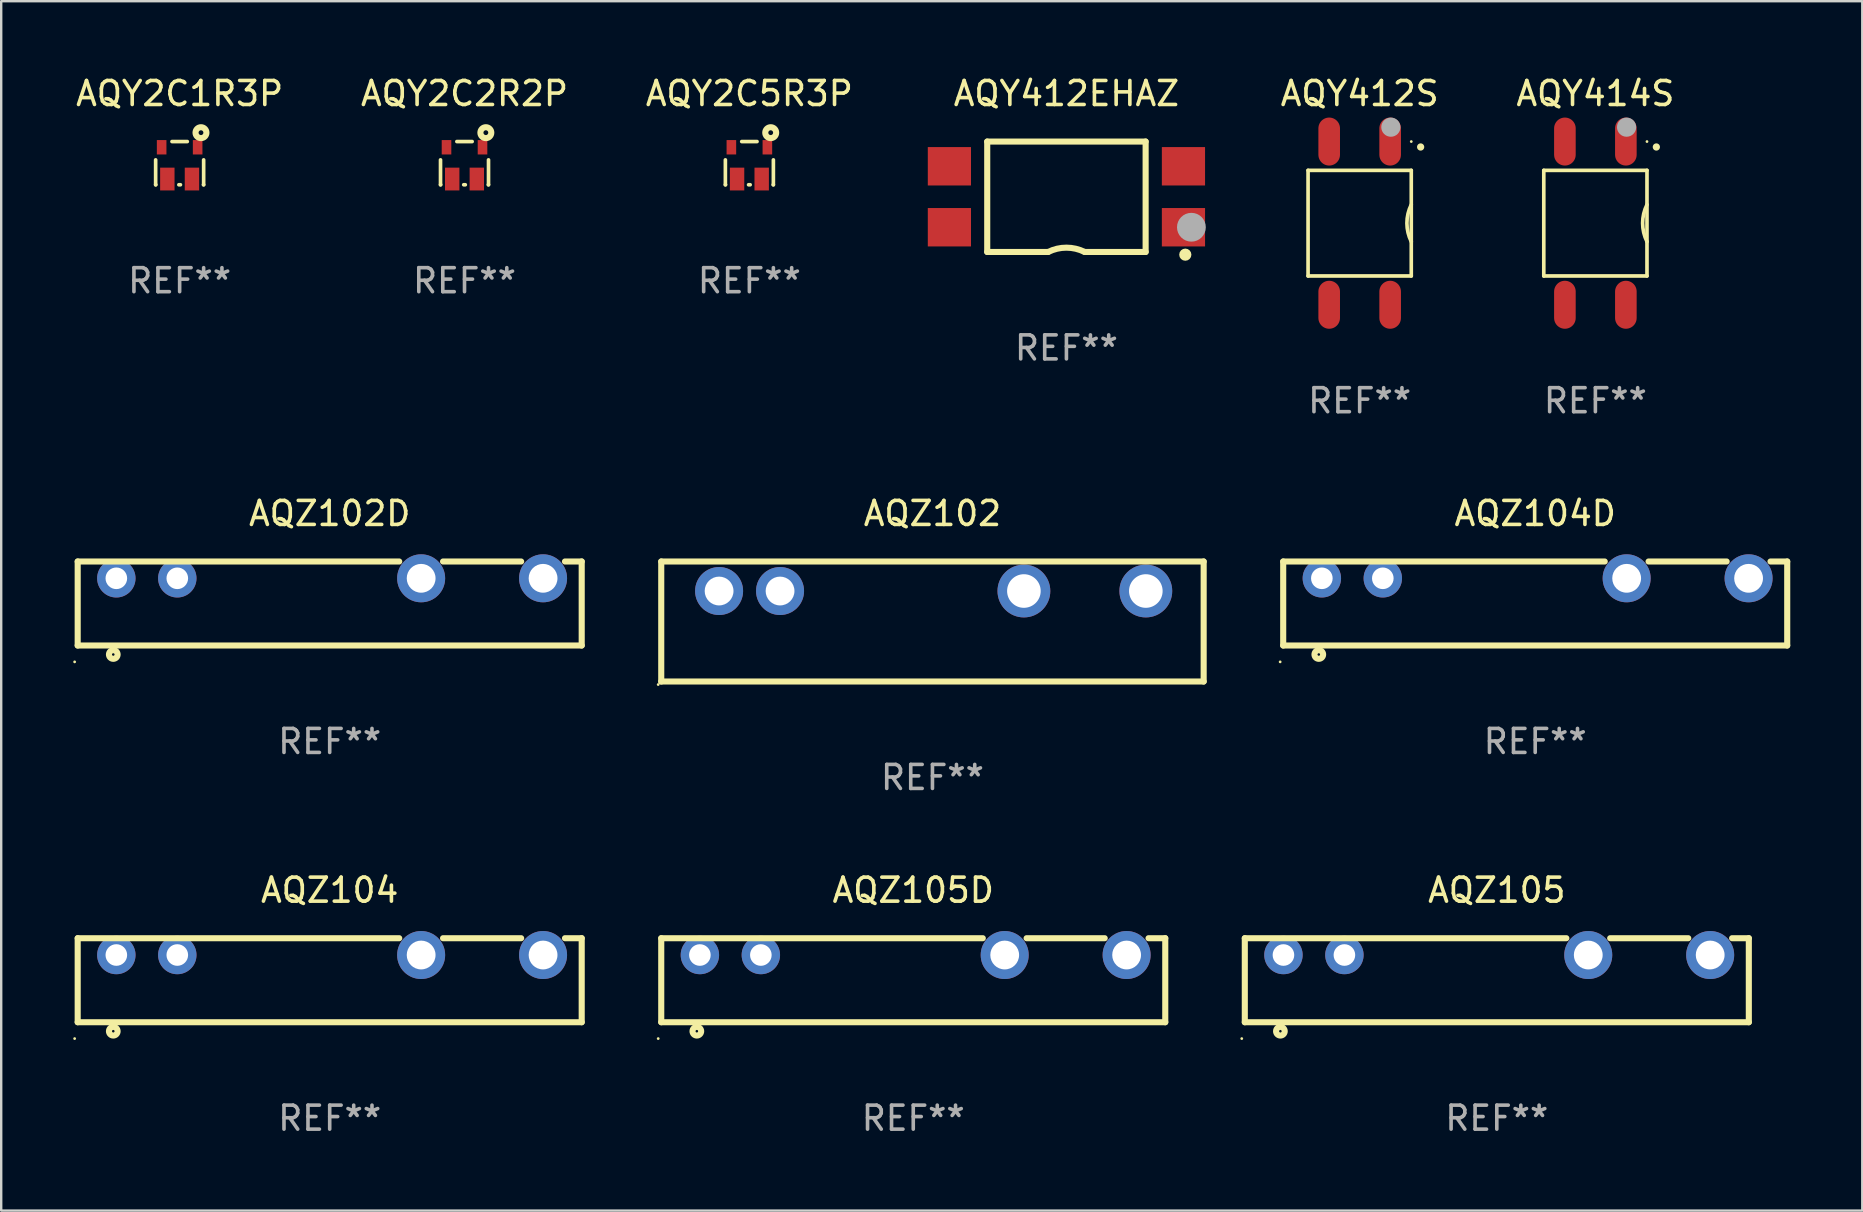
<source format=kicad_pcb>
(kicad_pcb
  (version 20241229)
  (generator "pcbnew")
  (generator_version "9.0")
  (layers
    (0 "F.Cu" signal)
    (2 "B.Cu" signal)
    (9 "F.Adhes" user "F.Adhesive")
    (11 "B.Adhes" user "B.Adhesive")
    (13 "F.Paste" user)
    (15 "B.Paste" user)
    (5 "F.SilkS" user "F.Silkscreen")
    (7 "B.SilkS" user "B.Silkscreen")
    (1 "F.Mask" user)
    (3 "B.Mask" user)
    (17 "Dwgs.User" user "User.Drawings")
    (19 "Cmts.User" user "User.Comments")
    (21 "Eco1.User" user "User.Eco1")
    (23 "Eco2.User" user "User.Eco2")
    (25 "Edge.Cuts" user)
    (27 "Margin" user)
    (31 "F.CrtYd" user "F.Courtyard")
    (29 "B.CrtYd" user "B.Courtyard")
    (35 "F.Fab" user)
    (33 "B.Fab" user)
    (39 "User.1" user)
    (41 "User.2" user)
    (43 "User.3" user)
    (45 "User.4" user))
  (footprint "AQY2C5R3P"
    (layer "F.Cu")
    (at 28.173 3.748)
    (property "Reference" "AQY2C5R3P" (at 0 -2.9 0) (layer "F.SilkS") (effects (font (size 1 1) (thickness 0.15))))
    (attr through_hole)
    (fp_line (start -1 0.9) (end -1 -0.137) (stroke (width 0.152) (type solid)) (layer "F.SilkS"))
    (fp_line (start -1 0.9) (end -0.993 0.9) (stroke (width 0.152) (type solid)) (layer "F.SilkS"))
    (fp_line (start -0.319 -0.9) (end 0.319 -0.9) (stroke (width 0.152) (type solid)) (layer "F.SilkS"))
    (fp_line (start -0.033 0.9) (end 0.033 0.9) (stroke (width 0.152) (type solid)) (layer "F.SilkS"))
    (fp_line (start 0.993 0.9) (end 1 0.9) (stroke (width 0.152) (type solid)) (layer "F.SilkS"))
    (fp_line (start 1 -0.137) (end 1 0.9) (stroke (width 0.152) (type solid)) (layer "F.SilkS"))
    (fp_circle (center 0.889 -1.27) (end 0.989 -1.27) (stroke (width 0.254) (type solid)) (fill no) (layer "F.SilkS"))
    (fp_text user "REF**" (at 0 4.9 0) (layer "F.Fab") (effects (font (size 1 1) (thickness 0.15))))
    (pad "1" smd rect (at 0.75 -0.662 270) (size 0.6 0.4) (layers "F.Cu" "F.Mask" "F.Paste"))
    (pad "2" smd rect (at -0.75 -0.662 270) (size 0.6 0.4) (layers "F.Cu" "F.Mask" "F.Paste"))
    (pad "3" smd rect (at -0.513 0.662 270) (size 0.95 0.6) (layers "F.Cu" "F.Mask" "F.Paste"))
    (pad "4" smd rect (at 0.513 0.662 270) (size 0.95 0.6) (layers "F.Cu" "F.Mask" "F.Paste")))
  (footprint "AQY2C1R3P"
    (layer "F.Cu")
    (at 4.435 3.748)
    (property "Reference" "AQY2C1R3P" (at 0 -2.9 0) (layer "F.SilkS") (effects (font (size 1 1) (thickness 0.15))))
    (attr through_hole)
    (fp_line (start -1 0.9) (end -1 -0.137) (stroke (width 0.152) (type solid)) (layer "F.SilkS"))
    (fp_line (start -1 0.9) (end -0.993 0.9) (stroke (width 0.152) (type solid)) (layer "F.SilkS"))
    (fp_line (start -0.319 -0.9) (end 0.319 -0.9) (stroke (width 0.152) (type solid)) (layer "F.SilkS"))
    (fp_line (start -0.033 0.9) (end 0.033 0.9) (stroke (width 0.152) (type solid)) (layer "F.SilkS"))
    (fp_line (start 0.993 0.9) (end 1 0.9) (stroke (width 0.152) (type solid)) (layer "F.SilkS"))
    (fp_line (start 1 -0.137) (end 1 0.9) (stroke (width 0.152) (type solid)) (layer "F.SilkS"))
    (fp_circle (center 0.889 -1.27) (end 0.989 -1.27) (stroke (width 0.254) (type solid)) (fill no) (layer "F.SilkS"))
    (fp_text user "REF**" (at 0 4.9 0) (layer "F.Fab") (effects (font (size 1 1) (thickness 0.15))))
    (pad "1" smd rect (at 0.75 -0.662 270) (size 0.6 0.4) (layers "F.Cu" "F.Mask" "F.Paste"))
    (pad "2" smd rect (at -0.75 -0.662 270) (size 0.6 0.4) (layers "F.Cu" "F.Mask" "F.Paste"))
    (pad "3" smd rect (at -0.513 0.662 270) (size 0.95 0.6) (layers "F.Cu" "F.Mask" "F.Paste"))
    (pad "4" smd rect (at 0.513 0.662 270) (size 0.95 0.6) (layers "F.Cu" "F.Mask" "F.Paste")))
  (footprint "AQZ102"
    (layer "F.Cu")
    (at 35.801 22.845)
    (property "Reference" "AQZ102" (at 0 -4.5 0) (layer "F.SilkS") (effects (font (size 1 1) (thickness 0.15))))
    (attr through_hole)
    (fp_line (start -11.3 -2.5) (end -11.3 2.5) (stroke (width 0.254) (type solid)) (layer "F.SilkS"))
    (fp_line (start -11.3 -2.5) (end 11.3 -2.5) (stroke (width 0.254) (type solid)) (layer "F.SilkS"))
    (fp_line (start 11.3 -2.5) (end 11.3 2.5) (stroke (width 0.254) (type solid)) (layer "F.SilkS"))
    (fp_line (start 11.3 2.5) (end -11.3 2.5) (stroke (width 0.254) (type solid)) (layer "F.SilkS"))
    (fp_circle (center -11.427 2.627) (end -11.397 2.627) (stroke (width 0.06) (type solid)) (fill no) (layer "F.SilkS"))
    (fp_text user "REF**" (at 0 6.5 0) (layer "F.Fab") (effects (font (size 1 1) (thickness 0.15))))
    (pad "1" thru_hole circle (at -8.89 -1.27) (size 2 2) (drill 1.2) (layers "*.Cu" "*.Mask"))
    (pad "2" thru_hole circle (at -6.35 -1.27) (size 2 2) (drill 1.2) (layers "*.Cu" "*.Mask"))
    (pad "3" thru_hole circle (at 3.81 -1.27) (size 2.2 2.2) (drill 1.4) (layers "*.Cu" "*.Mask"))
    (pad "4" thru_hole circle (at 8.89 -1.27) (size 2.2 2.2) (drill 1.4) (layers "*.Cu" "*.Mask")))
  (footprint "AQY2C2R2P"
    (layer "F.Cu")
    (at 16.304 3.748)
    (property "Reference" "AQY2C2R2P" (at 0 -2.9 0) (layer "F.SilkS") (effects (font (size 1 1) (thickness 0.15))))
    (attr through_hole)
    (fp_line (start -1 0.9) (end -1 -0.137) (stroke (width 0.152) (type solid)) (layer "F.SilkS"))
    (fp_line (start -1 0.9) (end -0.993 0.9) (stroke (width 0.152) (type solid)) (layer "F.SilkS"))
    (fp_line (start -0.319 -0.9) (end 0.319 -0.9) (stroke (width 0.152) (type solid)) (layer "F.SilkS"))
    (fp_line (start -0.033 0.9) (end 0.033 0.9) (stroke (width 0.152) (type solid)) (layer "F.SilkS"))
    (fp_line (start 0.993 0.9) (end 1 0.9) (stroke (width 0.152) (type solid)) (layer "F.SilkS"))
    (fp_line (start 1 -0.137) (end 1 0.9) (stroke (width 0.152) (type solid)) (layer "F.SilkS"))
    (fp_circle (center 0.889 -1.27) (end 0.989 -1.27) (stroke (width 0.254) (type solid)) (fill no) (layer "F.SilkS"))
    (fp_text user "REF**" (at 0 4.9 0) (layer "F.Fab") (effects (font (size 1 1) (thickness 0.15))))
    (pad "1" smd rect (at 0.75 -0.662 270) (size 0.6 0.4) (layers "F.Cu" "F.Mask" "F.Paste"))
    (pad "2" smd rect (at -0.75 -0.662 270) (size 0.6 0.4) (layers "F.Cu" "F.Mask" "F.Paste"))
    (pad "3" smd rect (at -0.513 0.662 270) (size 0.95 0.6) (layers "F.Cu" "F.Mask" "F.Paste"))
    (pad "4" smd rect (at 0.513 0.662 270) (size 0.95 0.6) (layers "F.Cu" "F.Mask" "F.Paste")))
  (footprint "AQY412EHAZ"
    (layer "F.Cu")
    (at 41.383 5.148)
    (property "Reference" "AQY412EHAZ" (at 0 -4.3 0) (layer "F.SilkS") (effects (font (size 1 1) (thickness 0.15))))
    (attr through_hole)
    (fp_line (start -3.3 -2.3) (end 3.3 -2.3) (stroke (width 0.254) (type solid)) (layer "F.SilkS"))
    (fp_line (start -3.3 2.3) (end -3.3 -2.3) (stroke (width 0.254) (type solid)) (layer "F.SilkS"))
    (fp_line (start -3.3 2.3) (end -0.762 2.3) (stroke (width 0.254) (type solid)) (layer "F.SilkS"))
    (fp_line (start 3.3 -2.3) (end 3.3 2.3) (stroke (width 0.254) (type solid)) (layer "F.SilkS"))
    (fp_line (start 3.3 2.3) (end 0.762 2.3) (stroke (width 0.254) (type solid)) (layer "F.SilkS"))
    (fp_arc (start -0.761976 2.300025) (mid 0.000169 2.120943) (end 0.762027 2.301244) (stroke (width 0.254001) (type solid)) (layer "F.SilkS"))
    (fp_circle (center 4.953 2.413) (end 5.08 2.413) (stroke (width 0.254) (type solid)) (fill no) (layer "F.SilkS"))
    (fp_circle (center 5 2.3) (end 5.03 2.3) (stroke (width 0.06) (type solid)) (fill no) (layer "F.SilkS"))
    (fp_arc (start 5.334138 1.270104) (mid 5.461138 1.240123) (end 5.588139 1.270104) (stroke (width 0.254001) (type solid)) (layer "F.Fab"))
    (fp_circle (center 5.207 1.27) (end 5.507 1.27) (stroke (width 0.6) (type solid)) (fill no) (layer "F.Fab"))
    (fp_text user "REF**" (at 0 6.3 0) (layer "F.Fab") (effects (font (size 1 1) (thickness 0.15))))
    (pad "1" smd rect (at 4.876 1.27) (size 1.8 1.6) (layers "F.Cu" "F.Mask" "F.Paste"))
    (pad "2" smd rect (at 4.876 -1.27) (size 1.8 1.6) (layers "F.Cu" "F.Mask" "F.Paste"))
    (pad "3" smd rect (at -4.876 -1.27) (size 1.8 1.6) (layers "F.Cu" "F.Mask" "F.Paste"))
    (pad "4" smd rect (at -4.876 1.27) (size 1.8 1.6) (layers "F.Cu" "F.Mask" "F.Paste")))
  (footprint "AQZ105D"
    (layer "F.Cu")
    (at 35.001 37.791)
    (property "Reference" "AQZ105D" (at 0 -3.75 0) (layer "F.SilkS") (effects (font (size 1 1) (thickness 0.15))))
    (attr through_hole)
    (fp_line (start -10.5 -1.75) (end -10.5 1.75) (stroke (width 0.254) (type solid)) (layer "F.SilkS"))
    (fp_line (start -10.5 -1.75) (end 2.897 -1.75) (stroke (width 0.254) (type solid)) (layer "F.SilkS"))
    (fp_line (start -10.5 1.75) (end 10.5 1.75) (stroke (width 0.254) (type solid)) (layer "F.SilkS"))
    (fp_line (start 4.723 -1.75) (end 7.977 -1.75) (stroke (width 0.254) (type solid)) (layer "F.SilkS"))
    (fp_line (start 9.803 -1.75) (end 10.5 -1.75) (stroke (width 0.254) (type solid)) (layer "F.SilkS"))
    (fp_line (start 10.5 -1.75) (end 10.5 1.75) (stroke (width 0.254) (type solid)) (layer "F.SilkS"))
    (fp_circle (center -10.627 2.432) (end -10.597 2.432) (stroke (width 0.06) (type solid)) (fill no) (layer "F.SilkS"))
    (fp_circle (center -9.017 2.125) (end -8.837 2.125) (stroke (width 0.254) (type solid)) (fill no) (layer "F.SilkS"))
    (fp_text user "REF**" (at 0 5.75 0) (layer "F.Fab") (effects (font (size 1 1) (thickness 0.15))))
    (pad "1" thru_hole circle (at -8.89 -1.05) (size 1.6 1.6) (drill 0.9) (layers "*.Cu" "*.Mask"))
    (pad "2" thru_hole circle (at -6.35 -1.05) (size 1.6 1.6) (drill 0.9) (layers "*.Cu" "*.Mask"))
    (pad "3" thru_hole circle (at 3.81 -1.05) (size 2 2) (drill 1.2) (layers "*.Cu" "*.Mask"))
    (pad "4" thru_hole circle (at 8.89 -1.05) (size 2 2) (drill 1.2) (layers "*.Cu" "*.Mask")))
  (footprint "AQZ104D"
    (layer "F.Cu")
    (at 60.915 22.095)
    (property "Reference" "AQZ104D" (at 0 -3.75 0) (layer "F.SilkS") (effects (font (size 1 1) (thickness 0.15))))
    (attr through_hole)
    (fp_line (start -10.5 -1.75) (end -10.5 1.75) (stroke (width 0.254) (type solid)) (layer "F.SilkS"))
    (fp_line (start -10.5 -1.75) (end 2.897 -1.75) (stroke (width 0.254) (type solid)) (layer "F.SilkS"))
    (fp_line (start -10.5 1.75) (end 10.5 1.75) (stroke (width 0.254) (type solid)) (layer "F.SilkS"))
    (fp_line (start 4.723 -1.75) (end 7.977 -1.75) (stroke (width 0.254) (type solid)) (layer "F.SilkS"))
    (fp_line (start 9.803 -1.75) (end 10.5 -1.75) (stroke (width 0.254) (type solid)) (layer "F.SilkS"))
    (fp_line (start 10.5 -1.75) (end 10.5 1.75) (stroke (width 0.254) (type solid)) (layer "F.SilkS"))
    (fp_circle (center -10.627 2.432) (end -10.597 2.432) (stroke (width 0.06) (type solid)) (fill no) (layer "F.SilkS"))
    (fp_circle (center -9.017 2.125) (end -8.837 2.125) (stroke (width 0.254) (type solid)) (fill no) (layer "F.SilkS"))
    (fp_text user "REF**" (at 0 5.75 0) (layer "F.Fab") (effects (font (size 1 1) (thickness 0.15))))
    (pad "1" thru_hole circle (at -8.89 -1.05) (size 1.6 1.6) (drill 0.9) (layers "*.Cu" "*.Mask"))
    (pad "2" thru_hole circle (at -6.35 -1.05) (size 1.6 1.6) (drill 0.9) (layers "*.Cu" "*.Mask"))
    (pad "3" thru_hole circle (at 3.81 -1.05) (size 2 2) (drill 1.2) (layers "*.Cu" "*.Mask"))
    (pad "4" thru_hole circle (at 8.89 -1.05) (size 2 2) (drill 1.2) (layers "*.Cu" "*.Mask")))
  (footprint "AQZ102D"
    (layer "F.Cu")
    (at 10.687 22.095)
    (property "Reference" "AQZ102D" (at 0 -3.75 0) (layer "F.SilkS") (effects (font (size 1 1) (thickness 0.15))))
    (attr through_hole)
    (fp_line (start -10.5 -1.75) (end -10.5 1.75) (stroke (width 0.254) (type solid)) (layer "F.SilkS"))
    (fp_line (start -10.5 -1.75) (end 2.897 -1.75) (stroke (width 0.254) (type solid)) (layer "F.SilkS"))
    (fp_line (start -10.5 1.75) (end 10.5 1.75) (stroke (width 0.254) (type solid)) (layer "F.SilkS"))
    (fp_line (start 4.723 -1.75) (end 7.977 -1.75) (stroke (width 0.254) (type solid)) (layer "F.SilkS"))
    (fp_line (start 9.803 -1.75) (end 10.5 -1.75) (stroke (width 0.254) (type solid)) (layer "F.SilkS"))
    (fp_line (start 10.5 -1.75) (end 10.5 1.75) (stroke (width 0.254) (type solid)) (layer "F.SilkS"))
    (fp_circle (center -10.627 2.432) (end -10.597 2.432) (stroke (width 0.06) (type solid)) (fill no) (layer "F.SilkS"))
    (fp_circle (center -9.017 2.125) (end -8.837 2.125) (stroke (width 0.254) (type solid)) (fill no) (layer "F.SilkS"))
    (fp_text user "REF**" (at 0 5.75 0) (layer "F.Fab") (effects (font (size 1 1) (thickness 0.15))))
    (pad "1" thru_hole circle (at -8.89 -1.05) (size 1.6 1.6) (drill 0.9) (layers "*.Cu" "*.Mask"))
    (pad "2" thru_hole circle (at -6.35 -1.05) (size 1.6 1.6) (drill 0.9) (layers "*.Cu" "*.Mask"))
    (pad "3" thru_hole circle (at 3.81 -1.05) (size 2 2) (drill 1.2) (layers "*.Cu" "*.Mask"))
    (pad "4" thru_hole circle (at 8.89 -1.05) (size 2 2) (drill 1.2) (layers "*.Cu" "*.Mask")))
  (footprint "AQY414S"
    (layer "F.Cu")
    (at 63.422 6.248)
    (property "Reference" "AQY414S" (at 0 -5.4 0) (layer "F.SilkS") (effects (font (size 1 1) (thickness 0.15))))
    (attr through_hole)
    (fp_line (start -2.15 -2.2) (end 2.15 -2.2) (stroke (width 0.152) (type solid)) (layer "F.SilkS"))
    (fp_line (start -2.15 2.2) (end -2.15 -2.2) (stroke (width 0.152) (type solid)) (layer "F.SilkS"))
    (fp_line (start 2.15 -2.2) (end 2.15 2.2) (stroke (width 0.152) (type solid)) (layer "F.SilkS"))
    (fp_line (start 2.15 2.2) (end -2.15 2.2) (stroke (width 0.152) (type solid)) (layer "F.SilkS"))
    (fp_arc (start 2.150863 0.770967) (mid 1.968568 0.000101) (end 2.15 -0.770968) (stroke (width 0.151994) (type solid)) (layer "F.SilkS"))
    (fp_arc (start 2.539992 -3.172162) (mid 2.539987 -3.173432) (end 2.539992 -3.174702) (stroke (width 0.3) (type solid)) (layer "F.SilkS"))
    (fp_circle (center 2.15 -3.4) (end 2.18 -3.4) (stroke (width 0.06) (type solid)) (fill no) (layer "F.SilkS"))
    (fp_circle (center 1.3 -4) (end 1.5 -4) (stroke (width 0.4) (type solid)) (fill no) (layer "F.Fab"))
    (fp_text user "REF**" (at 0 7.4 0) (layer "F.Fab") (effects (font (size 1 1) (thickness 0.15))))
    (pad "1" smd oval (at 1.27 -3.4) (size 0.9 2) (layers "F.Cu" "F.Mask" "F.Paste"))
    (pad "2" smd oval (at -1.27 -3.4) (size 0.9 2) (layers "F.Cu" "F.Mask" "F.Paste"))
    (pad "3" smd oval (at -1.27 3.4) (size 0.9 2) (layers "F.Cu" "F.Mask" "F.Paste"))
    (pad "4" smd oval (at 1.27 3.4) (size 0.9 2) (layers "F.Cu" "F.Mask" "F.Paste")))
  (footprint "AQY412S"
    (layer "F.Cu")
    (at 53.601 6.248)
    (property "Reference" "AQY412S" (at 0 -5.4 0) (layer "F.SilkS") (effects (font (size 1 1) (thickness 0.15))))
    (attr through_hole)
    (fp_line (start -2.15 -2.2) (end 2.15 -2.2) (stroke (width 0.152) (type solid)) (layer "F.SilkS"))
    (fp_line (start -2.15 2.2) (end -2.15 -2.2) (stroke (width 0.152) (type solid)) (layer "F.SilkS"))
    (fp_line (start 2.15 -2.2) (end 2.15 2.2) (stroke (width 0.152) (type solid)) (layer "F.SilkS"))
    (fp_line (start 2.15 2.2) (end -2.15 2.2) (stroke (width 0.152) (type solid)) (layer "F.SilkS"))
    (fp_arc (start 2.150863 0.770967) (mid 1.968568 0.000101) (end 2.15 -0.770968) (stroke (width 0.151994) (type solid)) (layer "F.SilkS"))
    (fp_arc (start 2.539992 -3.172162) (mid 2.539987 -3.173432) (end 2.539992 -3.174702) (stroke (width 0.3) (type solid)) (layer "F.SilkS"))
    (fp_circle (center 2.15 -3.4) (end 2.18 -3.4) (stroke (width 0.06) (type solid)) (fill no) (layer "F.SilkS"))
    (fp_circle (center 1.3 -4) (end 1.5 -4) (stroke (width 0.4) (type solid)) (fill no) (layer "F.Fab"))
    (fp_text user "REF**" (at 0 7.4 0) (layer "F.Fab") (effects (font (size 1 1) (thickness 0.15))))
    (pad "1" smd oval (at 1.27 -3.4) (size 0.9 2) (layers "F.Cu" "F.Mask" "F.Paste"))
    (pad "2" smd oval (at -1.27 -3.4) (size 0.9 2) (layers "F.Cu" "F.Mask" "F.Paste"))
    (pad "3" smd oval (at -1.27 3.4) (size 0.9 2) (layers "F.Cu" "F.Mask" "F.Paste"))
    (pad "4" smd oval (at 1.27 3.4) (size 0.9 2) (layers "F.Cu" "F.Mask" "F.Paste")))
  (footprint "AQZ105"
    (layer "F.Cu")
    (at 59.315 37.791)
    (property "Reference" "AQZ105" (at 0 -3.75 0) (layer "F.SilkS") (effects (font (size 1 1) (thickness 0.15))))
    (attr through_hole)
    (fp_line (start -10.5 -1.75) (end -10.5 1.75) (stroke (width 0.254) (type solid)) (layer "F.SilkS"))
    (fp_line (start -10.5 -1.75) (end 2.897 -1.75) (stroke (width 0.254) (type solid)) (layer "F.SilkS"))
    (fp_line (start -10.5 1.75) (end 10.5 1.75) (stroke (width 0.254) (type solid)) (layer "F.SilkS"))
    (fp_line (start 4.723 -1.75) (end 7.977 -1.75) (stroke (width 0.254) (type solid)) (layer "F.SilkS"))
    (fp_line (start 9.803 -1.75) (end 10.5 -1.75) (stroke (width 0.254) (type solid)) (layer "F.SilkS"))
    (fp_line (start 10.5 -1.75) (end 10.5 1.75) (stroke (width 0.254) (type solid)) (layer "F.SilkS"))
    (fp_circle (center -10.627 2.432) (end -10.597 2.432) (stroke (width 0.06) (type solid)) (fill no) (layer "F.SilkS"))
    (fp_circle (center -9.017 2.125) (end -8.837 2.125) (stroke (width 0.254) (type solid)) (fill no) (layer "F.SilkS"))
    (fp_text user "REF**" (at 0 5.75 0) (layer "F.Fab") (effects (font (size 1 1) (thickness 0.15))))
    (pad "1" thru_hole circle (at -8.89 -1.05) (size 1.6 1.6) (drill 0.9) (layers "*.Cu" "*.Mask"))
    (pad "2" thru_hole circle (at -6.35 -1.05) (size 1.6 1.6) (drill 0.9) (layers "*.Cu" "*.Mask"))
    (pad "3" thru_hole circle (at 3.81 -1.05) (size 2 2) (drill 1.2) (layers "*.Cu" "*.Mask"))
    (pad "4" thru_hole circle (at 8.89 -1.05) (size 2 2) (drill 1.2) (layers "*.Cu" "*.Mask")))
  (footprint "AQZ104"
    (layer "F.Cu")
    (at 10.687 37.791)
    (property "Reference" "AQZ104" (at 0 -3.75 0) (layer "F.SilkS") (effects (font (size 1 1) (thickness 0.15))))
    (attr through_hole)
    (fp_line (start -10.5 -1.75) (end -10.5 1.75) (stroke (width 0.254) (type solid)) (layer "F.SilkS"))
    (fp_line (start -10.5 -1.75) (end 2.897 -1.75) (stroke (width 0.254) (type solid)) (layer "F.SilkS"))
    (fp_line (start -10.5 1.75) (end 10.5 1.75) (stroke (width 0.254) (type solid)) (layer "F.SilkS"))
    (fp_line (start 4.723 -1.75) (end 7.977 -1.75) (stroke (width 0.254) (type solid)) (layer "F.SilkS"))
    (fp_line (start 9.803 -1.75) (end 10.5 -1.75) (stroke (width 0.254) (type solid)) (layer "F.SilkS"))
    (fp_line (start 10.5 -1.75) (end 10.5 1.75) (stroke (width 0.254) (type solid)) (layer "F.SilkS"))
    (fp_circle (center -10.627 2.432) (end -10.597 2.432) (stroke (width 0.06) (type solid)) (fill no) (layer "F.SilkS"))
    (fp_circle (center -9.017 2.125) (end -8.837 2.125) (stroke (width 0.254) (type solid)) (fill no) (layer "F.SilkS"))
    (fp_text user "REF**" (at 0 5.75 0) (layer "F.Fab") (effects (font (size 1 1) (thickness 0.15))))
    (pad "1" thru_hole circle (at -8.89 -1.05) (size 1.6 1.6) (drill 0.9) (layers "*.Cu" "*.Mask"))
    (pad "2" thru_hole circle (at -6.35 -1.05) (size 1.6 1.6) (drill 0.9) (layers "*.Cu" "*.Mask"))
    (pad "3" thru_hole circle (at 3.81 -1.05) (size 2 2) (drill 1.2) (layers "*.Cu" "*.Mask"))
    (pad "4" thru_hole circle (at 8.89 -1.05) (size 2 2) (drill 1.2) (layers "*.Cu" "*.Mask")))
  (gr_rect
    (start -3 -3)
    (end 74.542 47.39)
    (stroke (width 0.1) (type default))
    (fill no)
    (layer "Edge.Cuts")))
</source>
